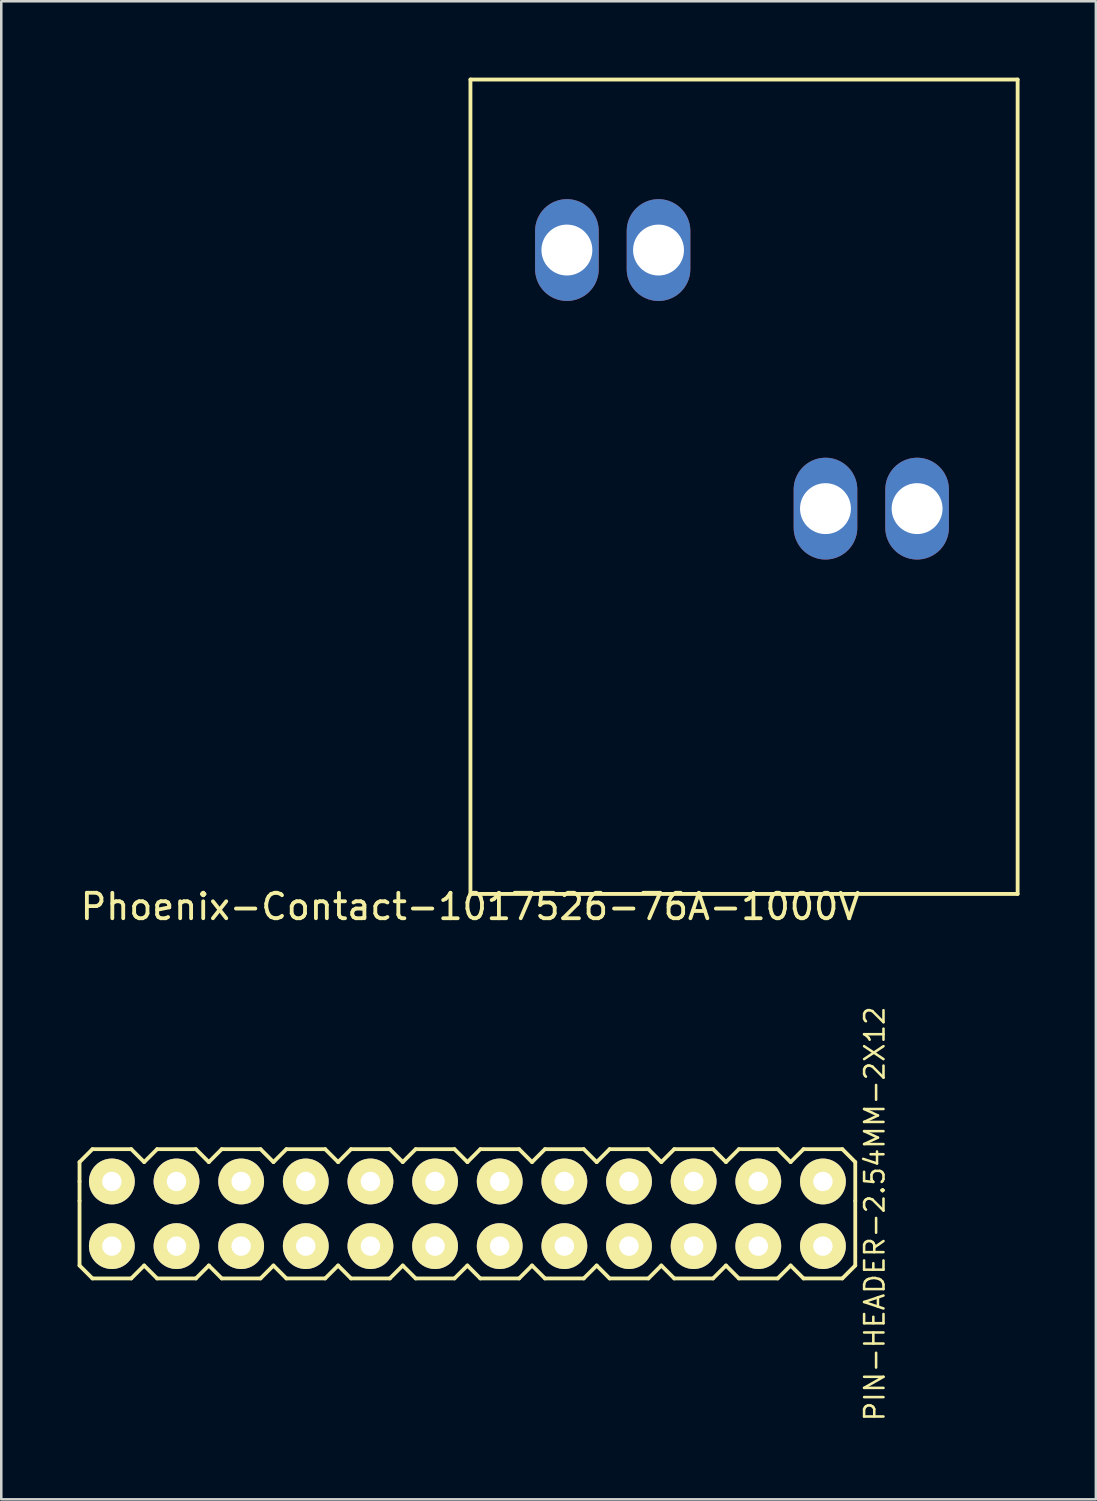
<source format=kicad_pcb>
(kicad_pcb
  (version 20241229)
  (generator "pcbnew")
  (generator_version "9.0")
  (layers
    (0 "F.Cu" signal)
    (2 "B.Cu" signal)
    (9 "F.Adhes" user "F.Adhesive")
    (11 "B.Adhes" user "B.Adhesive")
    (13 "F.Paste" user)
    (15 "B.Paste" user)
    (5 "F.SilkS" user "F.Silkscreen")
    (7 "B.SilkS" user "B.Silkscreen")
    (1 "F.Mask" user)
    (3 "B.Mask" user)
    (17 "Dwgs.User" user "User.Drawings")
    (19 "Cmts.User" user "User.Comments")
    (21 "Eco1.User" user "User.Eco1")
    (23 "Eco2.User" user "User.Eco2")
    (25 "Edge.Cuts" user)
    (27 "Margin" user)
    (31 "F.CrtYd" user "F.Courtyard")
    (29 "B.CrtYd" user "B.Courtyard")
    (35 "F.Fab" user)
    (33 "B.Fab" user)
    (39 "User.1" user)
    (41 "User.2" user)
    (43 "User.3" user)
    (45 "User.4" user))
  (footprint "PIN-HEADER-2.54MM-2X12"
    (layer "F.Cu")
    (at 15.315 44.643)
    (property "Reference" "PIN-HEADER-2.54MM-2X12" (at 16.002 0 90) (layer "F.SilkS") (effects (font (size 0.762 0.762) (thickness 0.1))))
    (attr through_hole)
    (fp_line (start -15.24 -2.032) (end -14.732 -2.54) (stroke (width 0.15) (type solid)) (layer "F.SilkS"))
    (fp_line (start -15.24 -1.27) (end -15.24 -2.032) (stroke (width 0.15) (type solid)) (layer "F.SilkS"))
    (fp_line (start -15.24 -0.508) (end -15.24 -1.27) (stroke (width 0.15) (type solid)) (layer "F.SilkS"))
    (fp_line (start -15.24 -0.508) (end -15.24 2.032) (stroke (width 0.15) (type solid)) (layer "F.SilkS"))
    (fp_line (start -14.732 -2.54) (end -13.208 -2.54) (stroke (width 0.15) (type solid)) (layer "F.SilkS"))
    (fp_line (start -14.732 2.54) (end -15.24 2.032) (stroke (width 0.15) (type solid)) (layer "F.SilkS"))
    (fp_line (start -13.208 -2.54) (end -12.7 -2.032) (stroke (width 0.15) (type solid)) (layer "F.SilkS"))
    (fp_line (start -13.208 2.54) (end -14.732 2.54) (stroke (width 0.15) (type solid)) (layer "F.SilkS"))
    (fp_line (start -12.7 -2.032) (end -12.192 -2.54) (stroke (width 0.15) (type solid)) (layer "F.SilkS"))
    (fp_line (start -12.7 2.032) (end -13.208 2.54) (stroke (width 0.15) (type solid)) (layer "F.SilkS"))
    (fp_line (start -12.192 -2.54) (end -10.668 -2.54) (stroke (width 0.15) (type solid)) (layer "F.SilkS"))
    (fp_line (start -12.192 2.54) (end -12.7 2.032) (stroke (width 0.15) (type solid)) (layer "F.SilkS"))
    (fp_line (start -10.668 -2.54) (end -10.16 -2.032) (stroke (width 0.15) (type solid)) (layer "F.SilkS"))
    (fp_line (start -10.668 2.54) (end -12.192 2.54) (stroke (width 0.15) (type solid)) (layer "F.SilkS"))
    (fp_line (start -10.16 -2.032) (end -9.652 -2.54) (stroke (width 0.15) (type solid)) (layer "F.SilkS"))
    (fp_line (start -10.16 2.032) (end -10.668 2.54) (stroke (width 0.15) (type solid)) (layer "F.SilkS"))
    (fp_line (start -9.652 -2.54) (end -8.128 -2.54) (stroke (width 0.15) (type solid)) (layer "F.SilkS"))
    (fp_line (start -9.652 2.54) (end -10.16 2.032) (stroke (width 0.15) (type solid)) (layer "F.SilkS"))
    (fp_line (start -8.128 -2.54) (end -7.62 -2.032) (stroke (width 0.15) (type solid)) (layer "F.SilkS"))
    (fp_line (start -8.128 2.54) (end -9.652 2.54) (stroke (width 0.15) (type solid)) (layer "F.SilkS"))
    (fp_line (start -7.62 -2.032) (end -7.112 -2.54) (stroke (width 0.15) (type solid)) (layer "F.SilkS"))
    (fp_line (start -7.62 2.032) (end -8.128 2.54) (stroke (width 0.15) (type solid)) (layer "F.SilkS"))
    (fp_line (start -7.112 -2.54) (end -5.588 -2.54) (stroke (width 0.15) (type solid)) (layer "F.SilkS"))
    (fp_line (start -7.112 2.54) (end -7.62 2.032) (stroke (width 0.15) (type solid)) (layer "F.SilkS"))
    (fp_line (start -5.588 -2.54) (end -5.08 -2.032) (stroke (width 0.15) (type solid)) (layer "F.SilkS"))
    (fp_line (start -5.588 2.54) (end -7.112 2.54) (stroke (width 0.15) (type solid)) (layer "F.SilkS"))
    (fp_line (start -5.08 -2.032) (end -4.572 -2.54) (stroke (width 0.15) (type solid)) (layer "F.SilkS"))
    (fp_line (start -5.08 2.032) (end -5.588 2.54) (stroke (width 0.15) (type solid)) (layer "F.SilkS"))
    (fp_line (start -4.572 -2.54) (end -3.048 -2.54) (stroke (width 0.15) (type solid)) (layer "F.SilkS"))
    (fp_line (start -4.572 2.54) (end -5.08 2.032) (stroke (width 0.15) (type solid)) (layer "F.SilkS"))
    (fp_line (start -3.048 -2.54) (end -2.54 -2.032) (stroke (width 0.15) (type solid)) (layer "F.SilkS"))
    (fp_line (start -3.048 2.54) (end -4.572 2.54) (stroke (width 0.15) (type solid)) (layer "F.SilkS"))
    (fp_line (start -2.54 -2.032) (end -2.032 -2.54) (stroke (width 0.15) (type solid)) (layer "F.SilkS"))
    (fp_line (start -2.54 2.032) (end -3.048 2.54) (stroke (width 0.15) (type solid)) (layer "F.SilkS"))
    (fp_line (start -2.032 -2.54) (end -0.508 -2.54) (stroke (width 0.15) (type solid)) (layer "F.SilkS"))
    (fp_line (start -2.032 2.54) (end -2.54 2.032) (stroke (width 0.15) (type solid)) (layer "F.SilkS"))
    (fp_line (start -0.508 -2.54) (end 0 -2.032) (stroke (width 0.15) (type solid)) (layer "F.SilkS"))
    (fp_line (start -0.508 2.54) (end -2.032 2.54) (stroke (width 0.15) (type solid)) (layer "F.SilkS"))
    (fp_line (start 0 -2.032) (end 0.508 -2.54) (stroke (width 0.15) (type solid)) (layer "F.SilkS"))
    (fp_line (start 0 2.032) (end -0.508 2.54) (stroke (width 0.15) (type solid)) (layer "F.SilkS"))
    (fp_line (start 0.508 -2.54) (end 2.032 -2.54) (stroke (width 0.15) (type solid)) (layer "F.SilkS"))
    (fp_line (start 0.508 2.54) (end 0 2.032) (stroke (width 0.15) (type solid)) (layer "F.SilkS"))
    (fp_line (start 2.032 -2.54) (end 2.54 -2.032) (stroke (width 0.15) (type solid)) (layer "F.SilkS"))
    (fp_line (start 2.032 2.54) (end 0.508 2.54) (stroke (width 0.15) (type solid)) (layer "F.SilkS"))
    (fp_line (start 2.54 -2.032) (end 3.048 -2.54) (stroke (width 0.15) (type solid)) (layer "F.SilkS"))
    (fp_line (start 2.54 2.032) (end 2.032 2.54) (stroke (width 0.15) (type solid)) (layer "F.SilkS"))
    (fp_line (start 3.048 -2.54) (end 4.572 -2.54) (stroke (width 0.15) (type solid)) (layer "F.SilkS"))
    (fp_line (start 3.048 2.54) (end 2.54 2.032) (stroke (width 0.15) (type solid)) (layer "F.SilkS"))
    (fp_line (start 4.572 -2.54) (end 5.08 -2.032) (stroke (width 0.15) (type solid)) (layer "F.SilkS"))
    (fp_line (start 4.572 2.54) (end 3.048 2.54) (stroke (width 0.15) (type solid)) (layer "F.SilkS"))
    (fp_line (start 5.08 -2.032) (end 5.588 -2.54) (stroke (width 0.15) (type solid)) (layer "F.SilkS"))
    (fp_line (start 5.08 2.032) (end 4.572 2.54) (stroke (width 0.15) (type solid)) (layer "F.SilkS"))
    (fp_line (start 5.588 -2.54) (end 7.112 -2.54) (stroke (width 0.15) (type solid)) (layer "F.SilkS"))
    (fp_line (start 5.588 2.54) (end 5.08 2.032) (stroke (width 0.15) (type solid)) (layer "F.SilkS"))
    (fp_line (start 7.112 -2.54) (end 7.62 -2.032) (stroke (width 0.15) (type solid)) (layer "F.SilkS"))
    (fp_line (start 7.112 2.54) (end 5.588 2.54) (stroke (width 0.15) (type solid)) (layer "F.SilkS"))
    (fp_line (start 7.62 -2.032) (end 8.128 -2.54) (stroke (width 0.15) (type solid)) (layer "F.SilkS"))
    (fp_line (start 7.62 2.032) (end 7.112 2.54) (stroke (width 0.15) (type solid)) (layer "F.SilkS"))
    (fp_line (start 8.128 -2.54) (end 9.652 -2.54) (stroke (width 0.15) (type solid)) (layer "F.SilkS"))
    (fp_line (start 8.128 2.54) (end 7.62 2.032) (stroke (width 0.15) (type solid)) (layer "F.SilkS"))
    (fp_line (start 9.652 -2.54) (end 10.16 -2.032) (stroke (width 0.15) (type solid)) (layer "F.SilkS"))
    (fp_line (start 9.652 2.54) (end 8.128 2.54) (stroke (width 0.15) (type solid)) (layer "F.SilkS"))
    (fp_line (start 10.16 -2.032) (end 10.668 -2.54) (stroke (width 0.15) (type solid)) (layer "F.SilkS"))
    (fp_line (start 10.16 2.032) (end 9.652 2.54) (stroke (width 0.15) (type solid)) (layer "F.SilkS"))
    (fp_line (start 10.668 -2.54) (end 12.192 -2.54) (stroke (width 0.15) (type solid)) (layer "F.SilkS"))
    (fp_line (start 10.668 2.54) (end 10.16 2.032) (stroke (width 0.15) (type solid)) (layer "F.SilkS"))
    (fp_line (start 12.192 -2.54) (end 12.7 -2.032) (stroke (width 0.15) (type solid)) (layer "F.SilkS"))
    (fp_line (start 12.192 2.54) (end 10.668 2.54) (stroke (width 0.15) (type solid)) (layer "F.SilkS"))
    (fp_line (start 12.7 -2.032) (end 13.208 -2.54) (stroke (width 0.15) (type solid)) (layer "F.SilkS"))
    (fp_line (start 12.7 2.032) (end 12.192 2.54) (stroke (width 0.15) (type solid)) (layer "F.SilkS"))
    (fp_line (start 13.208 -2.54) (end 14.732 -2.54) (stroke (width 0.15) (type solid)) (layer "F.SilkS"))
    (fp_line (start 13.208 2.54) (end 12.7 2.032) (stroke (width 0.15) (type solid)) (layer "F.SilkS"))
    (fp_line (start 14.732 -2.54) (end 15.24 -2.032) (stroke (width 0.15) (type solid)) (layer "F.SilkS"))
    (fp_line (start 14.732 2.54) (end 13.208 2.54) (stroke (width 0.15) (type solid)) (layer "F.SilkS"))
    (fp_line (start 15.24 -2.032) (end 15.24 -0.508) (stroke (width 0.15) (type solid)) (layer "F.SilkS"))
    (fp_line (start 15.24 -0.508) (end 15.24 2.032) (stroke (width 0.15) (type solid)) (layer "F.SilkS"))
    (fp_line (start 15.24 2.032) (end 14.732 2.54) (stroke (width 0.15) (type solid)) (layer "F.SilkS"))
    (pad "1" thru_hole circle (at -13.97 1.27) (size 1.8 1.8) (drill 0.762) (layers "*.Cu" "*.Mask" "F.SilkS"))
    (pad "2" thru_hole circle (at -13.97 -1.27) (size 1.8 1.8) (drill 0.762) (layers "*.Cu" "*.Mask" "F.SilkS"))
    (pad "3" thru_hole circle (at -11.43 1.27) (size 1.8 1.8) (drill 0.762) (layers "*.Cu" "*.Mask" "F.SilkS"))
    (pad "4" thru_hole circle (at -11.43 -1.27) (size 1.8 1.8) (drill 0.762) (layers "*.Cu" "*.Mask" "F.SilkS"))
    (pad "5" thru_hole circle (at -8.89 1.27) (size 1.8 1.8) (drill 0.762) (layers "*.Cu" "*.Mask" "F.SilkS"))
    (pad "6" thru_hole circle (at -8.89 -1.27) (size 1.8 1.8) (drill 0.762) (layers "*.Cu" "*.Mask" "F.SilkS"))
    (pad "7" thru_hole circle (at -6.35 1.27) (size 1.8 1.8) (drill 0.762) (layers "*.Cu" "*.Mask" "F.SilkS"))
    (pad "8" thru_hole circle (at -6.35 -1.27) (size 1.8 1.8) (drill 0.762) (layers "*.Cu" "*.Mask" "F.SilkS"))
    (pad "9" thru_hole circle (at -3.81 1.27) (size 1.8 1.8) (drill 0.762) (layers "*.Cu" "*.Mask" "F.SilkS"))
    (pad "10" thru_hole circle (at -3.81 -1.27) (size 1.8 1.8) (drill 0.762) (layers "*.Cu" "*.Mask" "F.SilkS"))
    (pad "11" thru_hole circle (at -1.27 1.27) (size 1.8 1.8) (drill 0.762) (layers "*.Cu" "*.Mask" "F.SilkS"))
    (pad "12" thru_hole circle (at -1.27 -1.27) (size 1.8 1.8) (drill 0.762) (layers "*.Cu" "*.Mask" "F.SilkS"))
    (pad "13" thru_hole circle (at 1.27 1.27) (size 1.8 1.8) (drill 0.762) (layers "*.Cu" "*.Mask" "F.SilkS"))
    (pad "14" thru_hole circle (at 1.27 -1.27) (size 1.8 1.8) (drill 0.762) (layers "*.Cu" "*.Mask" "F.SilkS"))
    (pad "15" thru_hole circle (at 3.81 1.27) (size 1.8 1.8) (drill 0.762) (layers "*.Cu" "*.Mask" "F.SilkS"))
    (pad "16" thru_hole circle (at 3.81 -1.27) (size 1.8 1.8) (drill 0.762) (layers "*.Cu" "*.Mask" "F.SilkS"))
    (pad "17" thru_hole circle (at 6.35 1.27) (size 1.8 1.8) (drill 0.762) (layers "*.Cu" "*.Mask" "F.SilkS"))
    (pad "18" thru_hole circle (at 6.35 -1.27) (size 1.8 1.8) (drill 0.762) (layers "*.Cu" "*.Mask" "F.SilkS"))
    (pad "19" thru_hole circle (at 8.89 1.27) (size 1.8 1.8) (drill 0.762) (layers "*.Cu" "*.Mask" "F.SilkS"))
    (pad "20" thru_hole circle (at 8.89 -1.27) (size 1.8 1.8) (drill 0.762) (layers "*.Cu" "*.Mask" "F.SilkS"))
    (pad "21" thru_hole circle (at 11.43 1.27) (size 1.8 1.8) (drill 0.762) (layers "*.Cu" "*.Mask" "F.SilkS"))
    (pad "22" thru_hole circle (at 11.43 -1.27) (size 1.8 1.8) (drill 0.762) (layers "*.Cu" "*.Mask" "F.SilkS"))
    (pad "23" thru_hole circle (at 13.97 1.27) (size 1.8 1.8) (drill 0.762) (layers "*.Cu" "*.Mask" "F.SilkS"))
    (pad "24" thru_hole circle (at 13.97 -1.27) (size 1.8 1.8) (drill 0.762) (layers "*.Cu" "*.Mask" "F.SilkS")))
  (footprint "Phoenix-Contact-1017526-76A-1000V"
    (layer "F.Cu")
    (at 15.435 32.075)
    (property "Reference" "Phoenix-Contact-1017526-76A-1000V" (at 0 0.5 0) (layer "F.SilkS") (effects (font (size 1 1) (thickness 0.15))))
    (attr through_hole)
    (fp_line (start 0 -32) (end 21.5 -32) (stroke (width 0.15) (type solid)) (layer "F.SilkS"))
    (fp_line (start 0 0) (end 0 -32) (stroke (width 0.15) (type solid)) (layer "F.SilkS"))
    (fp_line (start 0 0) (end 21.5 0) (stroke (width 0.15) (type solid)) (layer "F.SilkS"))
    (fp_line (start 21.5 0) (end 21.5 -32) (stroke (width 0.15) (type solid)) (layer "F.SilkS"))
    (pad "1" thru_hole oval (at 3.79 -25.3) (size 2.5 4) (drill 2) (layers "*.Cu" "*.Mask"))
    (pad "1" thru_hole oval (at 7.39 -25.3) (size 2.5 4) (drill 2) (layers "*.Cu" "*.Mask"))
    (pad "2" thru_hole oval (at 13.95 -15.14) (size 2.5 4) (drill 2) (layers "*.Cu" "*.Mask"))
    (pad "2" thru_hole oval (at 17.55 -15.14) (size 2.5 4) (drill 2) (layers "*.Cu" "*.Mask")))
  (gr_rect
    (start -3 -3)
    (end 40.01 55.863)
    (stroke (width 0.1) (type default))
    (fill no)
    (layer "Edge.Cuts")))
</source>
